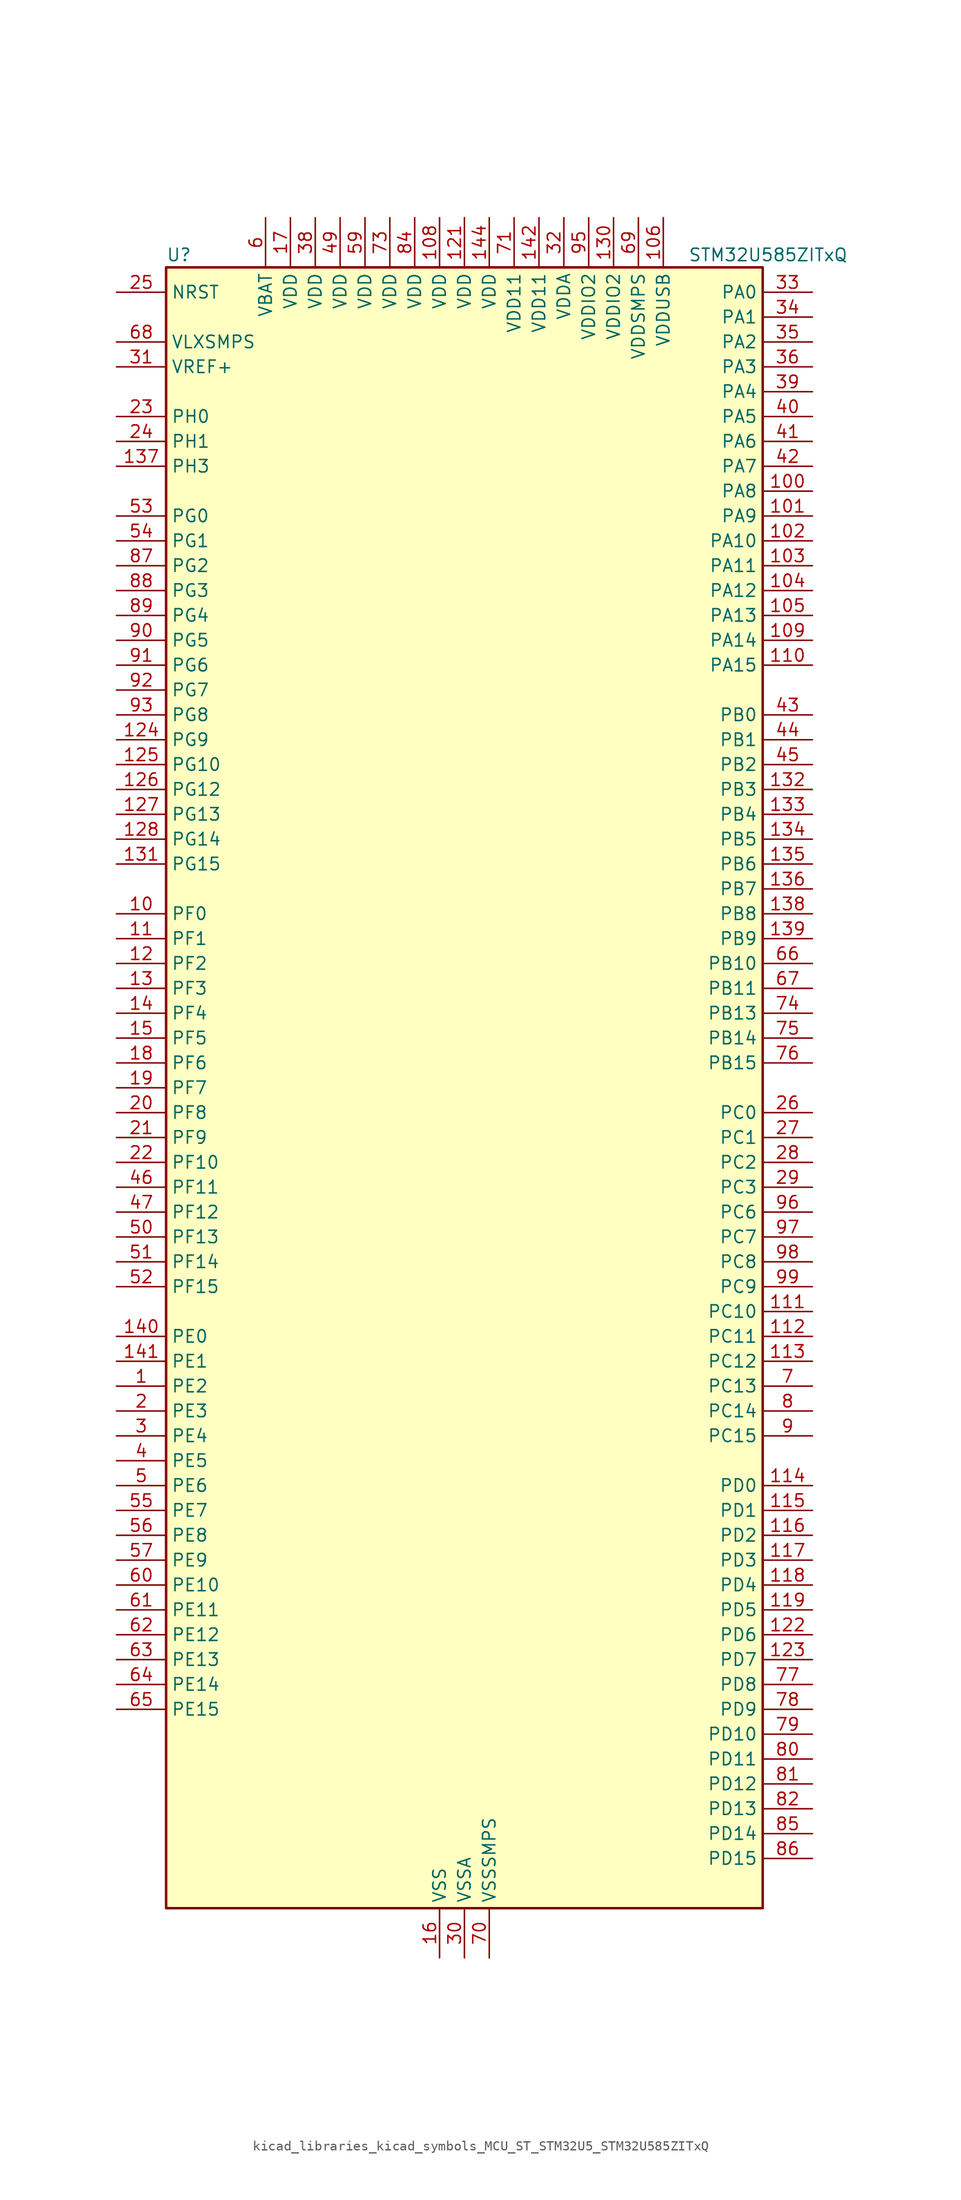
<source format=kicad_sym>
(kicad_symbol_lib
  (version 20220914)
  (generator kicad_symbol_editor)
  (symbol "kicad_libraries_kicad_symbols_MCU_ST_STM32U5_STM32U585ZITxQ"
    (property "Reference" "U"
      (at -30.48 85.09 0)
      (effects (font (size 1.27 1.27)) (justify left)))
    (property "Value" "STM32U585ZITxQ"
      (at 22.86 85.09 0)
      (effects (font (size 1.27 1.27)) (justify left)))
    (property "ki_locked" ""
      (at 0 0 0)
      (effects (font (size 1.27 1.27))))
    (symbol "kicad_libraries_kicad_symbols_MCU_ST_STM32U5_STM32U585ZITxQ_0_1"
      (rectangle (start -30.48 -83.82) (end 30.48 83.82) (stroke (width 0.254) (type default)) (fill (type background))))
    (symbol "kicad_libraries_kicad_symbols_MCU_ST_STM32U5_STM32U585ZITxQ_1_1"
      (pin bidirectional line (at -35.56 -30.48 0) (length 5.08) (name "PE2" (effects (font (size 1.27 1.27)))) (number "1" (effects (font (size 1.27 1.27)))) (alternate "DEBUG_TRACECLK" bidirectional line) (alternate "FMC_A23" bidirectional line) (alternate "SAI1_CK1" bidirectional line) (alternate "SAI1_MCLK_A" bidirectional line) (alternate "TIM3_ETR" bidirectional line) (alternate "TSC_G7_IO1" bidirectional line))
      (pin bidirectional line (at -35.56 17.78 0) (length 5.08) (name "PF0" (effects (font (size 1.27 1.27)))) (number "10" (effects (font (size 1.27 1.27)))) (alternate "FMC_A0" bidirectional line) (alternate "I2C2_SDA" bidirectional line) (alternate "OCTOSPIM_P2_IO0" bidirectional line))
      (pin bidirectional line (at 35.56 60.96 180) (length 5.08) (name "PA8" (effects (font (size 1.27 1.27)))) (number "100" (effects (font (size 1.27 1.27)))) (alternate "DEBUG_TRACECLK" bidirectional line) (alternate "LPTIM2_CH1" bidirectional line) (alternate "RCC_MCO" bidirectional line) (alternate "SAI1_CK2" bidirectional line) (alternate "SAI1_SCK_A" bidirectional line) (alternate "SPI1_RDY" bidirectional line) (alternate "TIM1_CH1" bidirectional line) (alternate "USART1_CK" bidirectional line) (alternate "USB_OTG_FS_SOF" bidirectional line))
      (pin bidirectional line (at 35.56 58.42 180) (length 5.08) (name "PA9" (effects (font (size 1.27 1.27)))) (number "101" (effects (font (size 1.27 1.27)))) (alternate "DAC1_EXTI9" bidirectional line) (alternate "DCMI_D0" bidirectional line) (alternate "PSSI_D0" bidirectional line) (alternate "SAI1_FS_A" bidirectional line) (alternate "SPI2_SCK" bidirectional line) (alternate "TIM15_BKIN" bidirectional line) (alternate "TIM1_CH2" bidirectional line) (alternate "USART1_TX" bidirectional line) (alternate "USB_OTG_FS_VBUS" bidirectional line))
      (pin bidirectional line (at 35.56 55.88 180) (length 5.08) (name "PA10" (effects (font (size 1.27 1.27)))) (number "102" (effects (font (size 1.27 1.27)))) (alternate "CRS_SYNC" bidirectional line) (alternate "DCMI_D1" bidirectional line) (alternate "LPTIM2_IN2" bidirectional line) (alternate "PSSI_D1" bidirectional line) (alternate "SAI1_D1" bidirectional line) (alternate "SAI1_SD_A" bidirectional line) (alternate "TIM17_BKIN" bidirectional line) (alternate "TIM1_CH3" bidirectional line) (alternate "USART1_RX" bidirectional line) (alternate "USB_OTG_FS_ID" bidirectional line))
      (pin bidirectional line (at 35.56 53.34 180) (length 5.08) (name "PA11" (effects (font (size 1.27 1.27)))) (number "103" (effects (font (size 1.27 1.27)))) (alternate "ADC1_EXTI11" bidirectional line) (alternate "FDCAN1_RX" bidirectional line) (alternate "SPI1_MISO" bidirectional line) (alternate "TIM1_BKIN2" bidirectional line) (alternate "TIM1_CH4" bidirectional line) (alternate "USART1_CTS" bidirectional line) (alternate "USB_OTG_FS_DM" bidirectional line))
      (pin bidirectional line (at 35.56 50.8 180) (length 5.08) (name "PA12" (effects (font (size 1.27 1.27)))) (number "104" (effects (font (size 1.27 1.27)))) (alternate "FDCAN1_TX" bidirectional line) (alternate "OCTOSPIM_P2_NCS" bidirectional line) (alternate "SPI1_MOSI" bidirectional line) (alternate "TIM1_ETR" bidirectional line) (alternate "USART1_DE" bidirectional line) (alternate "USART1_RTS" bidirectional line) (alternate "USB_OTG_FS_DP" bidirectional line))
      (pin bidirectional line (at 35.56 48.26 180) (length 5.08) (name "PA13" (effects (font (size 1.27 1.27)))) (number "105" (effects (font (size 1.27 1.27)))) (alternate "DEBUG_JTMS-SWDIO" bidirectional line) (alternate "IR_OUT" bidirectional line) (alternate "SAI1_SD_B" bidirectional line) (alternate "USB_OTG_FS_NOE" bidirectional line))
      (pin power_in line (at 20.32 88.9 270) (length 5.08) (name "VDDUSB" (effects (font (size 1.27 1.27)))) (number "106" (effects (font (size 1.27 1.27)))))
      (pin passive line (at -2.54 -88.9 90) (length 5.08) hide (name "VSS" (effects (font (size 1.27 1.27)))) (number "107" (effects (font (size 1.27 1.27)))))
      (pin power_in line (at -2.54 88.9 270) (length 5.08) (name "VDD" (effects (font (size 1.27 1.27)))) (number "108" (effects (font (size 1.27 1.27)))))
      (pin bidirectional line (at 35.56 45.72 180) (length 5.08) (name "PA14" (effects (font (size 1.27 1.27)))) (number "109" (effects (font (size 1.27 1.27)))) (alternate "DEBUG_JTCK-SWCLK" bidirectional line) (alternate "I2C1_SMBA" bidirectional line) (alternate "I2C4_SMBA" bidirectional line) (alternate "LPTIM1_CH1" bidirectional line) (alternate "SAI1_FS_B" bidirectional line) (alternate "USB_OTG_FS_SOF" bidirectional line))
      (pin bidirectional line (at -35.56 15.24 0) (length 5.08) (name "PF1" (effects (font (size 1.27 1.27)))) (number "11" (effects (font (size 1.27 1.27)))) (alternate "FMC_A1" bidirectional line) (alternate "I2C2_SCL" bidirectional line) (alternate "OCTOSPIM_P2_IO1" bidirectional line))
      (pin bidirectional line (at 35.56 43.18 180) (length 5.08) (name "PA15" (effects (font (size 1.27 1.27)))) (number "110" (effects (font (size 1.27 1.27)))) (alternate "ADC1_EXTI15" bidirectional line) (alternate "ADC4_EXTI15" bidirectional line) (alternate "DEBUG_JTDI" bidirectional line) (alternate "SAI2_FS_B" bidirectional line) (alternate "SPI1_NSS" bidirectional line) (alternate "SPI3_NSS" bidirectional line) (alternate "TIM2_CH1" bidirectional line) (alternate "TIM2_ETR" bidirectional line) (alternate "UART4_DE" bidirectional line) (alternate "UART4_RTS" bidirectional line) (alternate "UCPD1_CC1" bidirectional line) (alternate "USART2_RX" bidirectional line) (alternate "USART3_DE" bidirectional line) (alternate "USART3_RTS" bidirectional line))
      (pin bidirectional line (at 35.56 -22.86 180) (length 5.08) (name "PC10" (effects (font (size 1.27 1.27)))) (number "111" (effects (font (size 1.27 1.27)))) (alternate "ADF1_CCK1" bidirectional line) (alternate "DCMI_D8" bidirectional line) (alternate "DEBUG_TRACED1" bidirectional line) (alternate "LPTIM3_ETR" bidirectional line) (alternate "PSSI_D8" bidirectional line) (alternate "SAI2_SCK_B" bidirectional line) (alternate "SDMMC1_D2" bidirectional line) (alternate "SPI3_SCK" bidirectional line) (alternate "TSC_G3_IO2" bidirectional line) (alternate "UART4_TX" bidirectional line) (alternate "USART3_TX" bidirectional line))
      (pin bidirectional line (at 35.56 -25.4 180) (length 5.08) (name "PC11" (effects (font (size 1.27 1.27)))) (number "112" (effects (font (size 1.27 1.27)))) (alternate "ADC1_EXTI11" bidirectional line) (alternate "ADF1_SDI0" bidirectional line) (alternate "DCMI_D2" bidirectional line) (alternate "DCMI_D4" bidirectional line) (alternate "LPTIM3_IN1" bidirectional line) (alternate "OCTOSPIM_P1_NCS" bidirectional line) (alternate "PSSI_D2" bidirectional line) (alternate "PSSI_D4" bidirectional line) (alternate "SAI2_MCLK_B" bidirectional line) (alternate "SDMMC1_D3" bidirectional line) (alternate "SPI3_MISO" bidirectional line) (alternate "TSC_G3_IO3" bidirectional line) (alternate "UART4_RX" bidirectional line) (alternate "UCPD1_FRSTX2" bidirectional line) (alternate "USART3_RX" bidirectional line))
      (pin bidirectional line (at 35.56 -27.94 180) (length 5.08) (name "PC12" (effects (font (size 1.27 1.27)))) (number "113" (effects (font (size 1.27 1.27)))) (alternate "DCMI_D9" bidirectional line) (alternate "DEBUG_TRACED3" bidirectional line) (alternate "PSSI_D9" bidirectional line) (alternate "SAI2_SD_B" bidirectional line) (alternate "SDMMC1_CK" bidirectional line) (alternate "SPI3_MOSI" bidirectional line) (alternate "TSC_G3_IO4" bidirectional line) (alternate "UART5_TX" bidirectional line) (alternate "USART3_CK" bidirectional line))
      (pin bidirectional line (at 35.56 -40.64 180) (length 5.08) (name "PD0" (effects (font (size 1.27 1.27)))) (number "114" (effects (font (size 1.27 1.27)))) (alternate "FDCAN1_RX" bidirectional line) (alternate "FMC_D2" bidirectional line) (alternate "FMC_DA2" bidirectional line) (alternate "SPI2_NSS" bidirectional line) (alternate "TIM8_CH4N" bidirectional line))
      (pin bidirectional line (at 35.56 -43.18 180) (length 5.08) (name "PD1" (effects (font (size 1.27 1.27)))) (number "115" (effects (font (size 1.27 1.27)))) (alternate "FDCAN1_TX" bidirectional line) (alternate "FMC_D3" bidirectional line) (alternate "FMC_DA3" bidirectional line) (alternate "SPI2_SCK" bidirectional line))
      (pin bidirectional line (at 35.56 -45.72 180) (length 5.08) (name "PD2" (effects (font (size 1.27 1.27)))) (number "116" (effects (font (size 1.27 1.27)))) (alternate "DCMI_D11" bidirectional line) (alternate "DEBUG_TRACED2" bidirectional line) (alternate "LPTIM4_ETR" bidirectional line) (alternate "PSSI_D11" bidirectional line) (alternate "SDMMC1_CMD" bidirectional line) (alternate "TIM3_ETR" bidirectional line) (alternate "TSC_SYNC" bidirectional line) (alternate "UART5_RX" bidirectional line) (alternate "USART3_DE" bidirectional line) (alternate "USART3_RTS" bidirectional line))
      (pin bidirectional line (at 35.56 -48.26 180) (length 5.08) (name "PD3" (effects (font (size 1.27 1.27)))) (number "117" (effects (font (size 1.27 1.27)))) (alternate "DCMI_D5" bidirectional line) (alternate "FMC_CLK" bidirectional line) (alternate "MDF1_SDI0" bidirectional line) (alternate "OCTOSPIM_P2_NCS" bidirectional line) (alternate "PSSI_D5" bidirectional line) (alternate "SPI2_MISO" bidirectional line) (alternate "SPI2_SCK" bidirectional line) (alternate "USART2_CTS" bidirectional line))
      (pin bidirectional line (at 35.56 -50.8 180) (length 5.08) (name "PD4" (effects (font (size 1.27 1.27)))) (number "118" (effects (font (size 1.27 1.27)))) (alternate "FMC_NOE" bidirectional line) (alternate "MDF1_CKI0" bidirectional line) (alternate "OCTOSPIM_P1_IO4" bidirectional line) (alternate "SPI2_MOSI" bidirectional line) (alternate "USART2_DE" bidirectional line) (alternate "USART2_RTS" bidirectional line))
      (pin bidirectional line (at 35.56 -53.34 180) (length 5.08) (name "PD5" (effects (font (size 1.27 1.27)))) (number "119" (effects (font (size 1.27 1.27)))) (alternate "FMC_NWE" bidirectional line) (alternate "OCTOSPIM_P1_IO5" bidirectional line) (alternate "SPI2_RDY" bidirectional line) (alternate "USART2_TX" bidirectional line))
      (pin bidirectional line (at -35.56 12.7 0) (length 5.08) (name "PF2" (effects (font (size 1.27 1.27)))) (number "12" (effects (font (size 1.27 1.27)))) (alternate "FMC_A2" bidirectional line) (alternate "I2C2_SMBA" bidirectional line) (alternate "LPTIM3_CH2" bidirectional line) (alternate "OCTOSPIM_P2_IO2" bidirectional line) (alternate "PWR_WKUP8" bidirectional line))
      (pin passive line (at -2.54 -88.9 90) (length 5.08) hide (name "VSS" (effects (font (size 1.27 1.27)))) (number "120" (effects (font (size 1.27 1.27)))))
      (pin power_in line (at 0 88.9 270) (length 5.08) (name "VDD" (effects (font (size 1.27 1.27)))) (number "121" (effects (font (size 1.27 1.27)))))
      (pin bidirectional line (at 35.56 -55.88 180) (length 5.08) (name "PD6" (effects (font (size 1.27 1.27)))) (number "122" (effects (font (size 1.27 1.27)))) (alternate "DCMI_D10" bidirectional line) (alternate "FMC_NWAIT" bidirectional line) (alternate "MDF1_SDI1" bidirectional line) (alternate "OCTOSPIM_P1_IO6" bidirectional line) (alternate "PSSI_D10" bidirectional line) (alternate "SAI1_D1" bidirectional line) (alternate "SAI1_SD_A" bidirectional line) (alternate "SDMMC2_CK" bidirectional line) (alternate "SPI3_MOSI" bidirectional line) (alternate "USART2_RX" bidirectional line))
      (pin bidirectional line (at 35.56 -58.42 180) (length 5.08) (name "PD7" (effects (font (size 1.27 1.27)))) (number "123" (effects (font (size 1.27 1.27)))) (alternate "FMC_NCE" bidirectional line) (alternate "FMC_NE1" bidirectional line) (alternate "LPTIM4_OUT" bidirectional line) (alternate "MDF1_CKI1" bidirectional line) (alternate "OCTOSPIM_P1_IO7" bidirectional line) (alternate "SDMMC2_CMD" bidirectional line) (alternate "USART2_CK" bidirectional line))
      (pin bidirectional line (at -35.56 35.56 0) (length 5.08) (name "PG9" (effects (font (size 1.27 1.27)))) (number "124" (effects (font (size 1.27 1.27)))) (alternate "DAC1_EXTI9" bidirectional line) (alternate "FMC_NCE" bidirectional line) (alternate "FMC_NE2" bidirectional line) (alternate "OCTOSPIM_P2_IO6" bidirectional line) (alternate "SAI2_SCK_A" bidirectional line) (alternate "SPI3_SCK" bidirectional line) (alternate "TIM15_CH1N" bidirectional line) (alternate "USART1_TX" bidirectional line))
      (pin bidirectional line (at -35.56 33.02 0) (length 5.08) (name "PG10" (effects (font (size 1.27 1.27)))) (number "125" (effects (font (size 1.27 1.27)))) (alternate "FMC_NE3" bidirectional line) (alternate "LPTIM1_IN1" bidirectional line) (alternate "OCTOSPIM_P2_IO7" bidirectional line) (alternate "SAI2_FS_A" bidirectional line) (alternate "SPI3_MISO" bidirectional line) (alternate "TIM15_CH1" bidirectional line) (alternate "USART1_RX" bidirectional line))
      (pin bidirectional line (at -35.56 30.48 0) (length 5.08) (name "PG12" (effects (font (size 1.27 1.27)))) (number "126" (effects (font (size 1.27 1.27)))) (alternate "FMC_NE4" bidirectional line) (alternate "LPTIM1_ETR" bidirectional line) (alternate "OCTOSPIM_P2_NCS" bidirectional line) (alternate "SAI2_SD_A" bidirectional line) (alternate "SPI3_NSS" bidirectional line) (alternate "USART1_DE" bidirectional line) (alternate "USART1_RTS" bidirectional line))
      (pin bidirectional line (at -35.56 27.94 0) (length 5.08) (name "PG13" (effects (font (size 1.27 1.27)))) (number "127" (effects (font (size 1.27 1.27)))) (alternate "FMC_A24" bidirectional line) (alternate "I2C1_SDA" bidirectional line) (alternate "SPI3_RDY" bidirectional line) (alternate "USART1_CK" bidirectional line))
      (pin bidirectional line (at -35.56 25.4 0) (length 5.08) (name "PG14" (effects (font (size 1.27 1.27)))) (number "128" (effects (font (size 1.27 1.27)))) (alternate "FMC_A25" bidirectional line) (alternate "I2C1_SCL" bidirectional line) (alternate "LPTIM1_CH2" bidirectional line))
      (pin passive line (at -2.54 -88.9 90) (length 5.08) hide (name "VSS" (effects (font (size 1.27 1.27)))) (number "129" (effects (font (size 1.27 1.27)))))
      (pin bidirectional line (at -35.56 10.16 0) (length 5.08) (name "PF3" (effects (font (size 1.27 1.27)))) (number "13" (effects (font (size 1.27 1.27)))) (alternate "FMC_A3" bidirectional line) (alternate "LPTIM3_IN1" bidirectional line) (alternate "OCTOSPIM_P2_IO3" bidirectional line))
      (pin power_in line (at 15.24 88.9 270) (length 5.08) (name "VDDIO2" (effects (font (size 1.27 1.27)))) (number "130" (effects (font (size 1.27 1.27)))))
      (pin bidirectional line (at -35.56 22.86 0) (length 5.08) (name "PG15" (effects (font (size 1.27 1.27)))) (number "131" (effects (font (size 1.27 1.27)))) (alternate "ADC1_EXTI15" bidirectional line) (alternate "ADC4_EXTI15" bidirectional line) (alternate "DCMI_D13" bidirectional line) (alternate "I2C1_SMBA" bidirectional line) (alternate "LPTIM1_CH1" bidirectional line) (alternate "OCTOSPIM_P2_DQS" bidirectional line) (alternate "PSSI_D13" bidirectional line))
      (pin bidirectional line (at 35.56 30.48 180) (length 5.08) (name "PB3" (effects (font (size 1.27 1.27)))) (number "132" (effects (font (size 1.27 1.27)))) (alternate "ADF1_CCK0" bidirectional line) (alternate "COMP2_INM" bidirectional line) (alternate "CRS_SYNC" bidirectional line) (alternate "DEBUG_JTDO-SWO" bidirectional line) (alternate "I2C1_SDA" bidirectional line) (alternate "LPTIM1_CH1" bidirectional line) (alternate "SAI1_SCK_B" bidirectional line) (alternate "SDMMC2_D2" bidirectional line) (alternate "SPI1_SCK" bidirectional line) (alternate "SPI3_SCK" bidirectional line) (alternate "TIM2_CH2" bidirectional line) (alternate "USART1_DE" bidirectional line) (alternate "USART1_RTS" bidirectional line))
      (pin bidirectional line (at 35.56 27.94 180) (length 5.08) (name "PB4" (effects (font (size 1.27 1.27)))) (number "133" (effects (font (size 1.27 1.27)))) (alternate "ADF1_SDI0" bidirectional line) (alternate "COMP2_INP" bidirectional line) (alternate "DCMI_D12" bidirectional line) (alternate "DEBUG_JTRST" bidirectional line) (alternate "I2C3_SDA" bidirectional line) (alternate "LPTIM1_CH2" bidirectional line) (alternate "PSSI_D12" bidirectional line) (alternate "SAI1_MCLK_B" bidirectional line) (alternate "SDMMC2_D3" bidirectional line) (alternate "SPI1_MISO" bidirectional line) (alternate "SPI3_MISO" bidirectional line) (alternate "TIM17_BKIN" bidirectional line) (alternate "TIM3_CH1" bidirectional line) (alternate "TSC_G2_IO1" bidirectional line) (alternate "UART5_DE" bidirectional line) (alternate "UART5_RTS" bidirectional line) (alternate "USART1_CTS" bidirectional line))
      (pin bidirectional line (at 35.56 25.4 180) (length 5.08) (name "PB5" (effects (font (size 1.27 1.27)))) (number "134" (effects (font (size 1.27 1.27)))) (alternate "COMP2_OUT" bidirectional line) (alternate "DCMI_D10" bidirectional line) (alternate "I2C1_SMBA" bidirectional line) (alternate "LPTIM1_IN1" bidirectional line) (alternate "OCTOSPIM_P1_NCLK" bidirectional line) (alternate "PSSI_D10" bidirectional line) (alternate "PWR_WKUP6" bidirectional line) (alternate "SAI1_SD_B" bidirectional line) (alternate "SPI1_MOSI" bidirectional line) (alternate "SPI3_MOSI" bidirectional line) (alternate "TIM16_BKIN" bidirectional line) (alternate "TIM3_CH2" bidirectional line) (alternate "TSC_G2_IO2" bidirectional line) (alternate "UART5_CTS" bidirectional line) (alternate "UCPD1_DBCC1" bidirectional line) (alternate "USART1_CK" bidirectional line))
      (pin bidirectional line (at 35.56 22.86 180) (length 5.08) (name "PB6" (effects (font (size 1.27 1.27)))) (number "135" (effects (font (size 1.27 1.27)))) (alternate "COMP2_INP" bidirectional line) (alternate "DCMI_D5" bidirectional line) (alternate "I2C1_SCL" bidirectional line) (alternate "I2C4_SCL" bidirectional line) (alternate "LPTIM1_ETR" bidirectional line) (alternate "MDF1_SDI5" bidirectional line) (alternate "PSSI_D5" bidirectional line) (alternate "PWR_WKUP3" bidirectional line) (alternate "SAI1_FS_B" bidirectional line) (alternate "TIM16_CH1N" bidirectional line) (alternate "TIM4_CH1" bidirectional line) (alternate "TIM8_BKIN2" bidirectional line) (alternate "TSC_G2_IO3" bidirectional line) (alternate "USART1_TX" bidirectional line))
      (pin bidirectional line (at 35.56 20.32 180) (length 5.08) (name "PB7" (effects (font (size 1.27 1.27)))) (number "136" (effects (font (size 1.27 1.27)))) (alternate "COMP2_INM" bidirectional line) (alternate "DCMI_VSYNC" bidirectional line) (alternate "FMC_NL" bidirectional line) (alternate "I2C1_SDA" bidirectional line) (alternate "I2C4_SDA" bidirectional line) (alternate "LPTIM1_IN2" bidirectional line) (alternate "MDF1_CKI5" bidirectional line) (alternate "PSSI_RDY" bidirectional line) (alternate "PWR_PVD_IN" bidirectional line) (alternate "PWR_WKUP4" bidirectional line) (alternate "TIM17_CH1N" bidirectional line) (alternate "TIM4_CH2" bidirectional line) (alternate "TIM8_BKIN" bidirectional line) (alternate "TSC_G2_IO4" bidirectional line) (alternate "UART4_CTS" bidirectional line) (alternate "USART1_RX" bidirectional line))
      (pin bidirectional line (at -35.56 63.5 0) (length 5.08) (name "PH3" (effects (font (size 1.27 1.27)))) (number "137" (effects (font (size 1.27 1.27)))))
      (pin bidirectional line (at 35.56 17.78 180) (length 5.08) (name "PB8" (effects (font (size 1.27 1.27)))) (number "138" (effects (font (size 1.27 1.27)))) (alternate "DCMI_D6" bidirectional line) (alternate "FDCAN1_RX" bidirectional line) (alternate "I2C1_SCL" bidirectional line) (alternate "MDF1_CCK0" bidirectional line) (alternate "PSSI_D6" bidirectional line) (alternate "PWR_WKUP5" bidirectional line) (alternate "SAI1_CK1" bidirectional line) (alternate "SAI1_MCLK_A" bidirectional line) (alternate "SDMMC1_CKIN" bidirectional line) (alternate "SDMMC1_D4" bidirectional line) (alternate "SDMMC2_D4" bidirectional line) (alternate "SPI3_RDY" bidirectional line) (alternate "TIM16_CH1" bidirectional line) (alternate "TIM4_CH3" bidirectional line))
      (pin bidirectional line (at 35.56 15.24 180) (length 5.08) (name "PB9" (effects (font (size 1.27 1.27)))) (number "139" (effects (font (size 1.27 1.27)))) (alternate "DAC1_EXTI9" bidirectional line) (alternate "DCMI_D7" bidirectional line) (alternate "FDCAN1_TX" bidirectional line) (alternate "I2C1_SDA" bidirectional line) (alternate "IR_OUT" bidirectional line) (alternate "PSSI_D7" bidirectional line) (alternate "SAI1_D2" bidirectional line) (alternate "SAI1_FS_A" bidirectional line) (alternate "SDMMC1_CDIR" bidirectional line) (alternate "SDMMC1_D5" bidirectional line) (alternate "SDMMC2_D5" bidirectional line) (alternate "SPI2_NSS" bidirectional line) (alternate "TIM17_CH1" bidirectional line) (alternate "TIM4_CH4" bidirectional line))
      (pin bidirectional line (at -35.56 7.62 0) (length 5.08) (name "PF4" (effects (font (size 1.27 1.27)))) (number "14" (effects (font (size 1.27 1.27)))) (alternate "FMC_A4" bidirectional line) (alternate "LPTIM3_ETR" bidirectional line) (alternate "OCTOSPIM_P2_CLK" bidirectional line))
      (pin bidirectional line (at -35.56 -25.4 0) (length 5.08) (name "PE0" (effects (font (size 1.27 1.27)))) (number "140" (effects (font (size 1.27 1.27)))) (alternate "DCMI_D2" bidirectional line) (alternate "FMC_NBL0" bidirectional line) (alternate "PSSI_D2" bidirectional line) (alternate "TIM16_CH1" bidirectional line) (alternate "TIM4_ETR" bidirectional line))
      (pin bidirectional line (at -35.56 -27.94 0) (length 5.08) (name "PE1" (effects (font (size 1.27 1.27)))) (number "141" (effects (font (size 1.27 1.27)))) (alternate "DCMI_D3" bidirectional line) (alternate "FMC_NBL1" bidirectional line) (alternate "PSSI_D3" bidirectional line) (alternate "TIM17_CH1" bidirectional line))
      (pin power_in line (at 7.62 88.9 270) (length 5.08) (name "VDD11" (effects (font (size 1.27 1.27)))) (number "142" (effects (font (size 1.27 1.27)))))
      (pin passive line (at -2.54 -88.9 90) (length 5.08) hide (name "VSS" (effects (font (size 1.27 1.27)))) (number "143" (effects (font (size 1.27 1.27)))))
      (pin power_in line (at 2.54 88.9 270) (length 5.08) (name "VDD" (effects (font (size 1.27 1.27)))) (number "144" (effects (font (size 1.27 1.27)))))
      (pin bidirectional line (at -35.56 5.08 0) (length 5.08) (name "PF5" (effects (font (size 1.27 1.27)))) (number "15" (effects (font (size 1.27 1.27)))) (alternate "FMC_A5" bidirectional line) (alternate "LPTIM3_CH1" bidirectional line) (alternate "OCTOSPIM_P2_NCLK" bidirectional line))
      (pin power_in line (at -2.54 -88.9 90) (length 5.08) (name "VSS" (effects (font (size 1.27 1.27)))) (number "16" (effects (font (size 1.27 1.27)))))
      (pin power_in line (at -17.78 88.9 270) (length 5.08) (name "VDD" (effects (font (size 1.27 1.27)))) (number "17" (effects (font (size 1.27 1.27)))))
      (pin bidirectional line (at -35.56 2.54 0) (length 5.08) (name "PF6" (effects (font (size 1.27 1.27)))) (number "18" (effects (font (size 1.27 1.27)))) (alternate "DCMI_D12" bidirectional line) (alternate "OCTOSPIM_P1_IO3" bidirectional line) (alternate "OCTOSPIM_P2_NCS" bidirectional line) (alternate "PSSI_D12" bidirectional line) (alternate "SAI1_SD_B" bidirectional line) (alternate "TIM5_CH1" bidirectional line) (alternate "TIM5_ETR" bidirectional line))
      (pin bidirectional line (at -35.56 0 0) (length 5.08) (name "PF7" (effects (font (size 1.27 1.27)))) (number "19" (effects (font (size 1.27 1.27)))) (alternate "FDCAN1_RX" bidirectional line) (alternate "OCTOSPIM_P1_IO2" bidirectional line) (alternate "SAI1_MCLK_B" bidirectional line) (alternate "TIM5_CH2" bidirectional line))
      (pin bidirectional line (at -35.56 -33.02 0) (length 5.08) (name "PE3" (effects (font (size 1.27 1.27)))) (number "2" (effects (font (size 1.27 1.27)))) (alternate "DEBUG_TRACED0" bidirectional line) (alternate "FMC_A19" bidirectional line) (alternate "OCTOSPIM_P1_DQS" bidirectional line) (alternate "SAI1_SD_B" bidirectional line) (alternate "TAMP_IN6" bidirectional line) (alternate "TAMP_OUT3" bidirectional line) (alternate "TIM3_CH1" bidirectional line) (alternate "TSC_G7_IO2" bidirectional line))
      (pin bidirectional line (at -35.56 -2.54 0) (length 5.08) (name "PF8" (effects (font (size 1.27 1.27)))) (number "20" (effects (font (size 1.27 1.27)))) (alternate "FDCAN1_TX" bidirectional line) (alternate "OCTOSPIM_P1_IO0" bidirectional line) (alternate "PSSI_D14" bidirectional line) (alternate "SAI1_SCK_B" bidirectional line) (alternate "TIM5_CH3" bidirectional line))
      (pin bidirectional line (at -35.56 -5.08 0) (length 5.08) (name "PF9" (effects (font (size 1.27 1.27)))) (number "21" (effects (font (size 1.27 1.27)))) (alternate "DAC1_EXTI9" bidirectional line) (alternate "OCTOSPIM_P1_IO1" bidirectional line) (alternate "PSSI_D15" bidirectional line) (alternate "SAI1_FS_B" bidirectional line) (alternate "TIM15_CH1" bidirectional line) (alternate "TIM5_CH4" bidirectional line))
      (pin bidirectional line (at -35.56 -7.62 0) (length 5.08) (name "PF10" (effects (font (size 1.27 1.27)))) (number "22" (effects (font (size 1.27 1.27)))) (alternate "DCMI_D11" bidirectional line) (alternate "MDF1_CCK1" bidirectional line) (alternate "OCTOSPIM_P1_CLK" bidirectional line) (alternate "PSSI_D11" bidirectional line) (alternate "PSSI_D15" bidirectional line) (alternate "SAI1_D3" bidirectional line) (alternate "TIM15_CH2" bidirectional line))
      (pin bidirectional line (at -35.56 68.58 0) (length 5.08) (name "PH0" (effects (font (size 1.27 1.27)))) (number "23" (effects (font (size 1.27 1.27)))) (alternate "RCC_OSC_IN" bidirectional line))
      (pin bidirectional line (at -35.56 66.04 0) (length 5.08) (name "PH1" (effects (font (size 1.27 1.27)))) (number "24" (effects (font (size 1.27 1.27)))) (alternate "RCC_OSC_OUT" bidirectional line))
      (pin input line (at -35.56 81.28 0) (length 5.08) (name "NRST" (effects (font (size 1.27 1.27)))) (number "25" (effects (font (size 1.27 1.27)))))
      (pin bidirectional line (at 35.56 -2.54 180) (length 5.08) (name "PC0" (effects (font (size 1.27 1.27)))) (number "26" (effects (font (size 1.27 1.27)))) (alternate "ADC1_IN1" bidirectional line) (alternate "ADC4_IN1" bidirectional line) (alternate "I2C3_SCL" bidirectional line) (alternate "LPTIM1_IN1" bidirectional line) (alternate "LPTIM2_IN1" bidirectional line) (alternate "LPUART1_RX" bidirectional line) (alternate "MDF1_SDI4" bidirectional line) (alternate "OCTOSPIM_P1_IO7" bidirectional line) (alternate "SAI2_FS_A" bidirectional line) (alternate "SDMMC1_D5" bidirectional line) (alternate "SPI2_RDY" bidirectional line))
      (pin bidirectional line (at 35.56 -5.08 180) (length 5.08) (name "PC1" (effects (font (size 1.27 1.27)))) (number "27" (effects (font (size 1.27 1.27)))) (alternate "ADC1_IN2" bidirectional line) (alternate "ADC4_IN2" bidirectional line) (alternate "DEBUG_TRACED0" bidirectional line) (alternate "I2C3_SDA" bidirectional line) (alternate "LPTIM1_CH1" bidirectional line) (alternate "LPUART1_TX" bidirectional line) (alternate "MDF1_CKI4" bidirectional line) (alternate "OCTOSPIM_P1_IO4" bidirectional line) (alternate "SAI1_SD_A" bidirectional line) (alternate "SDMMC2_CK" bidirectional line) (alternate "SPI2_MOSI" bidirectional line))
      (pin bidirectional line (at 35.56 -7.62 180) (length 5.08) (name "PC2" (effects (font (size 1.27 1.27)))) (number "28" (effects (font (size 1.27 1.27)))) (alternate "ADC1_IN3" bidirectional line) (alternate "ADC4_IN3" bidirectional line) (alternate "LPTIM1_IN2" bidirectional line) (alternate "MDF1_CCK1" bidirectional line) (alternate "OCTOSPIM_P1_IO5" bidirectional line) (alternate "SPI2_MISO" bidirectional line))
      (pin bidirectional line (at 35.56 -10.16 180) (length 5.08) (name "PC3" (effects (font (size 1.27 1.27)))) (number "29" (effects (font (size 1.27 1.27)))) (alternate "ADC1_IN4" bidirectional line) (alternate "ADC4_IN4" bidirectional line) (alternate "LPTIM1_ETR" bidirectional line) (alternate "LPTIM2_ETR" bidirectional line) (alternate "LPTIM3_CH1" bidirectional line) (alternate "OCTOSPIM_P1_IO6" bidirectional line) (alternate "SAI1_D1" bidirectional line) (alternate "SAI1_SD_A" bidirectional line) (alternate "SPI2_MOSI" bidirectional line))
      (pin bidirectional line (at -35.56 -35.56 0) (length 5.08) (name "PE4" (effects (font (size 1.27 1.27)))) (number "3" (effects (font (size 1.27 1.27)))) (alternate "DCMI_D4" bidirectional line) (alternate "DEBUG_TRACED1" bidirectional line) (alternate "FMC_A20" bidirectional line) (alternate "MDF1_SDI3" bidirectional line) (alternate "PSSI_D4" bidirectional line) (alternate "PWR_WKUP1" bidirectional line) (alternate "SAI1_D2" bidirectional line) (alternate "SAI1_FS_A" bidirectional line) (alternate "TAMP_IN7" bidirectional line) (alternate "TAMP_OUT8" bidirectional line) (alternate "TIM3_CH2" bidirectional line) (alternate "TSC_G7_IO3" bidirectional line))
      (pin power_in line (at 0 -88.9 90) (length 5.08) (name "VSSA" (effects (font (size 1.27 1.27)))) (number "30" (effects (font (size 1.27 1.27)))))
      (pin input line (at -35.56 73.66 0) (length 5.08) (name "VREF+" (effects (font (size 1.27 1.27)))) (number "31" (effects (font (size 1.27 1.27)))) (alternate "VREFBUF_OUT" bidirectional line))
      (pin power_in line (at 10.16 88.9 270) (length 5.08) (name "VDDA" (effects (font (size 1.27 1.27)))) (number "32" (effects (font (size 1.27 1.27)))))
      (pin bidirectional line (at 35.56 81.28 180) (length 5.08) (name "PA0" (effects (font (size 1.27 1.27)))) (number "33" (effects (font (size 1.27 1.27)))) (alternate "ADC1_IN5" bidirectional line) (alternate "AUDIOCLK" bidirectional line) (alternate "OCTOSPIM_P2_NCS" bidirectional line) (alternate "OPAMP1_VINP" bidirectional line) (alternate "PWR_WKUP1" bidirectional line) (alternate "SDMMC2_CMD" bidirectional line) (alternate "SPI3_RDY" bidirectional line) (alternate "TAMP_IN2" bidirectional line) (alternate "TAMP_OUT1" bidirectional line) (alternate "TIM2_CH1" bidirectional line) (alternate "TIM2_ETR" bidirectional line) (alternate "TIM5_CH1" bidirectional line) (alternate "TIM8_ETR" bidirectional line) (alternate "UART4_TX" bidirectional line) (alternate "USART2_CTS" bidirectional line))
      (pin bidirectional line (at 35.56 78.74 180) (length 5.08) (name "PA1" (effects (font (size 1.27 1.27)))) (number "34" (effects (font (size 1.27 1.27)))) (alternate "ADC1_IN6" bidirectional line) (alternate "I2C1_SMBA" bidirectional line) (alternate "LPTIM1_CH2" bidirectional line) (alternate "OCTOSPIM_P1_DQS" bidirectional line) (alternate "OPAMP1_VINM" bidirectional line) (alternate "PWR_WKUP3" bidirectional line) (alternate "SPI1_SCK" bidirectional line) (alternate "TAMP_IN5" bidirectional line) (alternate "TAMP_OUT4" bidirectional line) (alternate "TIM15_CH1N" bidirectional line) (alternate "TIM2_CH2" bidirectional line) (alternate "TIM5_CH2" bidirectional line) (alternate "UART4_RX" bidirectional line) (alternate "USART2_DE" bidirectional line) (alternate "USART2_RTS" bidirectional line))
      (pin bidirectional line (at 35.56 76.2 180) (length 5.08) (name "PA2" (effects (font (size 1.27 1.27)))) (number "35" (effects (font (size 1.27 1.27)))) (alternate "ADC1_IN7" bidirectional line) (alternate "COMP1_INP" bidirectional line) (alternate "LPUART1_TX" bidirectional line) (alternate "OCTOSPIM_P1_NCS" bidirectional line) (alternate "PWR_WKUP4" bidirectional line) (alternate "RCC_LSCO" bidirectional line) (alternate "SPI1_RDY" bidirectional line) (alternate "TIM15_CH1" bidirectional line) (alternate "TIM2_CH3" bidirectional line) (alternate "TIM5_CH3" bidirectional line) (alternate "UCPD1_FRSTX1" bidirectional line) (alternate "USART2_TX" bidirectional line))
      (pin bidirectional line (at 35.56 73.66 180) (length 5.08) (name "PA3" (effects (font (size 1.27 1.27)))) (number "36" (effects (font (size 1.27 1.27)))) (alternate "ADC1_IN8" bidirectional line) (alternate "LPUART1_RX" bidirectional line) (alternate "OCTOSPIM_P1_CLK" bidirectional line) (alternate "OPAMP1_VOUT" bidirectional line) (alternate "PWR_WKUP5" bidirectional line) (alternate "SAI1_CK1" bidirectional line) (alternate "SAI1_MCLK_A" bidirectional line) (alternate "TIM15_CH2" bidirectional line) (alternate "TIM2_CH4" bidirectional line) (alternate "TIM5_CH4" bidirectional line) (alternate "USART2_RX" bidirectional line))
      (pin passive line (at -2.54 -88.9 90) (length 5.08) hide (name "VSS" (effects (font (size 1.27 1.27)))) (number "37" (effects (font (size 1.27 1.27)))))
      (pin power_in line (at -15.24 88.9 270) (length 5.08) (name "VDD" (effects (font (size 1.27 1.27)))) (number "38" (effects (font (size 1.27 1.27)))))
      (pin bidirectional line (at 35.56 71.12 180) (length 5.08) (name "PA4" (effects (font (size 1.27 1.27)))) (number "39" (effects (font (size 1.27 1.27)))) (alternate "ADC1_IN9" bidirectional line) (alternate "ADC4_IN9" bidirectional line) (alternate "DAC1_OUT1" bidirectional line) (alternate "DCMI_HSYNC" bidirectional line) (alternate "LPTIM2_CH1" bidirectional line) (alternate "OCTOSPIM_P1_NCS" bidirectional line) (alternate "PSSI_DE" bidirectional line) (alternate "PWR_WKUP2" bidirectional line) (alternate "SAI1_FS_B" bidirectional line) (alternate "SPI1_NSS" bidirectional line) (alternate "SPI3_NSS" bidirectional line) (alternate "USART2_CK" bidirectional line))
      (pin bidirectional line (at -35.56 -38.1 0) (length 5.08) (name "PE5" (effects (font (size 1.27 1.27)))) (number "4" (effects (font (size 1.27 1.27)))) (alternate "DCMI_D6" bidirectional line) (alternate "DEBUG_TRACED2" bidirectional line) (alternate "FMC_A21" bidirectional line) (alternate "MDF1_CKI3" bidirectional line) (alternate "PSSI_D6" bidirectional line) (alternate "PWR_WKUP2" bidirectional line) (alternate "SAI1_CK2" bidirectional line) (alternate "SAI1_SCK_A" bidirectional line) (alternate "TAMP_IN8" bidirectional line) (alternate "TAMP_OUT7" bidirectional line) (alternate "TIM3_CH3" bidirectional line) (alternate "TSC_G7_IO4" bidirectional line))
      (pin bidirectional line (at 35.56 68.58 180) (length 5.08) (name "PA5" (effects (font (size 1.27 1.27)))) (number "40" (effects (font (size 1.27 1.27)))) (alternate "ADC1_IN10" bidirectional line) (alternate "ADC4_IN10" bidirectional line) (alternate "DAC1_OUT2" bidirectional line) (alternate "LPTIM2_ETR" bidirectional line) (alternate "PSSI_D14" bidirectional line) (alternate "PWR_CSLEEP" bidirectional line) (alternate "PWR_WKUP6" bidirectional line) (alternate "SPI1_SCK" bidirectional line) (alternate "TIM2_CH1" bidirectional line) (alternate "TIM2_ETR" bidirectional line) (alternate "TIM8_CH1N" bidirectional line) (alternate "USART3_RX" bidirectional line))
      (pin bidirectional line (at 35.56 66.04 180) (length 5.08) (name "PA6" (effects (font (size 1.27 1.27)))) (number "41" (effects (font (size 1.27 1.27)))) (alternate "ADC1_IN11" bidirectional line) (alternate "ADC4_IN11" bidirectional line) (alternate "DCMI_PIXCLK" bidirectional line) (alternate "LPUART1_CTS" bidirectional line) (alternate "OCTOSPIM_P1_IO3" bidirectional line) (alternate "OPAMP2_VINP" bidirectional line) (alternate "PSSI_PDCK" bidirectional line) (alternate "PWR_CDSTOP" bidirectional line) (alternate "PWR_WKUP7" bidirectional line) (alternate "SPI1_MISO" bidirectional line) (alternate "TIM16_CH1" bidirectional line) (alternate "TIM1_BKIN" bidirectional line) (alternate "TIM3_CH1" bidirectional line) (alternate "TIM8_BKIN" bidirectional line) (alternate "USART3_CTS" bidirectional line))
      (pin bidirectional line (at 35.56 63.5 180) (length 5.08) (name "PA7" (effects (font (size 1.27 1.27)))) (number "42" (effects (font (size 1.27 1.27)))) (alternate "ADC1_IN12" bidirectional line) (alternate "ADC4_IN20" bidirectional line) (alternate "I2C3_SCL" bidirectional line) (alternate "LPTIM2_CH2" bidirectional line) (alternate "OCTOSPIM_P1_IO2" bidirectional line) (alternate "OPAMP2_VINM" bidirectional line) (alternate "PWR_SRDSTOP" bidirectional line) (alternate "PWR_WKUP8" bidirectional line) (alternate "SPI1_MOSI" bidirectional line) (alternate "TIM17_CH1" bidirectional line) (alternate "TIM1_CH1N" bidirectional line) (alternate "TIM3_CH2" bidirectional line) (alternate "TIM8_CH1N" bidirectional line) (alternate "USART3_TX" bidirectional line))
      (pin bidirectional line (at 35.56 38.1 180) (length 5.08) (name "PB0" (effects (font (size 1.27 1.27)))) (number "43" (effects (font (size 1.27 1.27)))) (alternate "ADC1_IN15" bidirectional line) (alternate "ADC4_IN18" bidirectional line) (alternate "AUDIOCLK" bidirectional line) (alternate "COMP1_OUT" bidirectional line) (alternate "LPTIM3_CH1" bidirectional line) (alternate "OCTOSPIM_P1_IO1" bidirectional line) (alternate "OPAMP2_VOUT" bidirectional line) (alternate "SPI1_NSS" bidirectional line) (alternate "TIM1_CH2N" bidirectional line) (alternate "TIM3_CH3" bidirectional line) (alternate "TIM8_CH2N" bidirectional line) (alternate "USART3_CK" bidirectional line))
      (pin bidirectional line (at 35.56 35.56 180) (length 5.08) (name "PB1" (effects (font (size 1.27 1.27)))) (number "44" (effects (font (size 1.27 1.27)))) (alternate "ADC1_IN16" bidirectional line) (alternate "ADC4_IN19" bidirectional line) (alternate "COMP1_INM" bidirectional line) (alternate "LPTIM2_IN1" bidirectional line) (alternate "LPTIM3_CH2" bidirectional line) (alternate "LPUART1_DE" bidirectional line) (alternate "LPUART1_RTS" bidirectional line) (alternate "MDF1_SDI0" bidirectional line) (alternate "OCTOSPIM_P1_IO0" bidirectional line) (alternate "PWR_WKUP4" bidirectional line) (alternate "TIM1_CH3N" bidirectional line) (alternate "TIM3_CH4" bidirectional line) (alternate "TIM8_CH3N" bidirectional line) (alternate "USART3_DE" bidirectional line) (alternate "USART3_RTS" bidirectional line))
      (pin bidirectional line (at 35.56 33.02 180) (length 5.08) (name "PB2" (effects (font (size 1.27 1.27)))) (number "45" (effects (font (size 1.27 1.27)))) (alternate "ADC1_IN17" bidirectional line) (alternate "COMP1_INP" bidirectional line) (alternate "I2C3_SMBA" bidirectional line) (alternate "LPTIM1_CH1" bidirectional line) (alternate "MDF1_CKI0" bidirectional line) (alternate "OCTOSPIM_P1_DQS" bidirectional line) (alternate "PWR_WKUP1" bidirectional line) (alternate "RTC_OUT2" bidirectional line) (alternate "SPI1_RDY" bidirectional line) (alternate "TIM8_CH4N" bidirectional line) (alternate "UCPD1_FRSTX1" bidirectional line))
      (pin bidirectional line (at -35.56 -10.16 0) (length 5.08) (name "PF11" (effects (font (size 1.27 1.27)))) (number "46" (effects (font (size 1.27 1.27)))) (alternate "ADC1_EXTI11" bidirectional line) (alternate "DCMI_D12" bidirectional line) (alternate "LPTIM4_IN1" bidirectional line) (alternate "OCTOSPIM_P1_NCLK" bidirectional line) (alternate "PSSI_D12" bidirectional line))
      (pin bidirectional line (at -35.56 -12.7 0) (length 5.08) (name "PF12" (effects (font (size 1.27 1.27)))) (number "47" (effects (font (size 1.27 1.27)))) (alternate "FMC_A6" bidirectional line) (alternate "LPTIM4_ETR" bidirectional line) (alternate "OCTOSPIM_P2_DQS" bidirectional line))
      (pin passive line (at -2.54 -88.9 90) (length 5.08) hide (name "VSS" (effects (font (size 1.27 1.27)))) (number "48" (effects (font (size 1.27 1.27)))))
      (pin power_in line (at -12.7 88.9 270) (length 5.08) (name "VDD" (effects (font (size 1.27 1.27)))) (number "49" (effects (font (size 1.27 1.27)))))
      (pin bidirectional line (at -35.56 -40.64 0) (length 5.08) (name "PE6" (effects (font (size 1.27 1.27)))) (number "5" (effects (font (size 1.27 1.27)))) (alternate "DCMI_D7" bidirectional line) (alternate "DEBUG_TRACED3" bidirectional line) (alternate "FMC_A22" bidirectional line) (alternate "PSSI_D7" bidirectional line) (alternate "PWR_WKUP3" bidirectional line) (alternate "SAI1_D1" bidirectional line) (alternate "SAI1_SD_A" bidirectional line) (alternate "TAMP_IN3" bidirectional line) (alternate "TAMP_OUT6" bidirectional line) (alternate "TIM3_CH4" bidirectional line))
      (pin bidirectional line (at -35.56 -15.24 0) (length 5.08) (name "PF13" (effects (font (size 1.27 1.27)))) (number "50" (effects (font (size 1.27 1.27)))) (alternate "FMC_A7" bidirectional line) (alternate "I2C4_SMBA" bidirectional line) (alternate "LPTIM4_OUT" bidirectional line) (alternate "UCPD1_FRSTX2" bidirectional line))
      (pin bidirectional line (at -35.56 -17.78 0) (length 5.08) (name "PF14" (effects (font (size 1.27 1.27)))) (number "51" (effects (font (size 1.27 1.27)))) (alternate "ADC4_IN5" bidirectional line) (alternate "FMC_A8" bidirectional line) (alternate "I2C4_SCL" bidirectional line) (alternate "TSC_G8_IO1" bidirectional line))
      (pin bidirectional line (at -35.56 -20.32 0) (length 5.08) (name "PF15" (effects (font (size 1.27 1.27)))) (number "52" (effects (font (size 1.27 1.27)))) (alternate "ADC1_EXTI15" bidirectional line) (alternate "ADC4_EXTI15" bidirectional line) (alternate "ADC4_IN6" bidirectional line) (alternate "FMC_A9" bidirectional line) (alternate "I2C4_SDA" bidirectional line) (alternate "TSC_G8_IO2" bidirectional line))
      (pin bidirectional line (at -35.56 58.42 0) (length 5.08) (name "PG0" (effects (font (size 1.27 1.27)))) (number "53" (effects (font (size 1.27 1.27)))) (alternate "ADC4_IN7" bidirectional line) (alternate "FMC_A10" bidirectional line) (alternate "OCTOSPIM_P2_IO4" bidirectional line) (alternate "TSC_G8_IO3" bidirectional line))
      (pin bidirectional line (at -35.56 55.88 0) (length 5.08) (name "PG1" (effects (font (size 1.27 1.27)))) (number "54" (effects (font (size 1.27 1.27)))) (alternate "ADC4_IN8" bidirectional line) (alternate "FMC_A11" bidirectional line) (alternate "OCTOSPIM_P2_IO5" bidirectional line) (alternate "TSC_G8_IO4" bidirectional line))
      (pin bidirectional line (at -35.56 -43.18 0) (length 5.08) (name "PE7" (effects (font (size 1.27 1.27)))) (number "55" (effects (font (size 1.27 1.27)))) (alternate "FMC_D4" bidirectional line) (alternate "FMC_DA4" bidirectional line) (alternate "MDF1_SDI2" bidirectional line) (alternate "PWR_WKUP6" bidirectional line) (alternate "SAI1_SD_B" bidirectional line) (alternate "TIM1_ETR" bidirectional line))
      (pin bidirectional line (at -35.56 -45.72 0) (length 5.08) (name "PE8" (effects (font (size 1.27 1.27)))) (number "56" (effects (font (size 1.27 1.27)))) (alternate "FMC_D5" bidirectional line) (alternate "FMC_DA5" bidirectional line) (alternate "MDF1_CKI2" bidirectional line) (alternate "PWR_WKUP7" bidirectional line) (alternate "SAI1_SCK_B" bidirectional line) (alternate "TIM1_CH1N" bidirectional line))
      (pin bidirectional line (at -35.56 -48.26 0) (length 5.08) (name "PE9" (effects (font (size 1.27 1.27)))) (number "57" (effects (font (size 1.27 1.27)))) (alternate "ADF1_CCK0" bidirectional line) (alternate "DAC1_EXTI9" bidirectional line) (alternate "FMC_D6" bidirectional line) (alternate "FMC_DA6" bidirectional line) (alternate "MDF1_CCK0" bidirectional line) (alternate "OCTOSPIM_P1_NCLK" bidirectional line) (alternate "SAI1_FS_B" bidirectional line) (alternate "TIM1_CH1" bidirectional line))
      (pin passive line (at -2.54 -88.9 90) (length 5.08) hide (name "VSS" (effects (font (size 1.27 1.27)))) (number "58" (effects (font (size 1.27 1.27)))))
      (pin power_in line (at -10.16 88.9 270) (length 5.08) (name "VDD" (effects (font (size 1.27 1.27)))) (number "59" (effects (font (size 1.27 1.27)))))
      (pin power_in line (at -20.32 88.9 270) (length 5.08) (name "VBAT" (effects (font (size 1.27 1.27)))) (number "6" (effects (font (size 1.27 1.27)))))
      (pin bidirectional line (at -35.56 -50.8 0) (length 5.08) (name "PE10" (effects (font (size 1.27 1.27)))) (number "60" (effects (font (size 1.27 1.27)))) (alternate "ADF1_SDI0" bidirectional line) (alternate "FMC_D7" bidirectional line) (alternate "FMC_DA7" bidirectional line) (alternate "MDF1_SDI4" bidirectional line) (alternate "OCTOSPIM_P1_CLK" bidirectional line) (alternate "SAI1_MCLK_B" bidirectional line) (alternate "TIM1_CH2N" bidirectional line) (alternate "TSC_G5_IO1" bidirectional line))
      (pin bidirectional line (at -35.56 -53.34 0) (length 5.08) (name "PE11" (effects (font (size 1.27 1.27)))) (number "61" (effects (font (size 1.27 1.27)))) (alternate "ADC1_EXTI11" bidirectional line) (alternate "FMC_D8" bidirectional line) (alternate "FMC_DA8" bidirectional line) (alternate "MDF1_CKI4" bidirectional line) (alternate "OCTOSPIM_P1_NCS" bidirectional line) (alternate "SPI1_RDY" bidirectional line) (alternate "TIM1_CH2" bidirectional line) (alternate "TSC_G5_IO2" bidirectional line))
      (pin bidirectional line (at -35.56 -55.88 0) (length 5.08) (name "PE12" (effects (font (size 1.27 1.27)))) (number "62" (effects (font (size 1.27 1.27)))) (alternate "FMC_D9" bidirectional line) (alternate "FMC_DA9" bidirectional line) (alternate "MDF1_SDI5" bidirectional line) (alternate "OCTOSPIM_P1_IO0" bidirectional line) (alternate "SPI1_NSS" bidirectional line) (alternate "TIM1_CH3N" bidirectional line) (alternate "TSC_G5_IO3" bidirectional line))
      (pin bidirectional line (at -35.56 -58.42 0) (length 5.08) (name "PE13" (effects (font (size 1.27 1.27)))) (number "63" (effects (font (size 1.27 1.27)))) (alternate "FMC_D10" bidirectional line) (alternate "FMC_DA10" bidirectional line) (alternate "MDF1_CKI5" bidirectional line) (alternate "OCTOSPIM_P1_IO1" bidirectional line) (alternate "SPI1_SCK" bidirectional line) (alternate "TIM1_CH3" bidirectional line) (alternate "TSC_G5_IO4" bidirectional line))
      (pin bidirectional line (at -35.56 -60.96 0) (length 5.08) (name "PE14" (effects (font (size 1.27 1.27)))) (number "64" (effects (font (size 1.27 1.27)))) (alternate "FMC_D11" bidirectional line) (alternate "FMC_DA11" bidirectional line) (alternate "OCTOSPIM_P1_IO2" bidirectional line) (alternate "SPI1_MISO" bidirectional line) (alternate "TIM1_BKIN2" bidirectional line) (alternate "TIM1_CH4" bidirectional line))
      (pin bidirectional line (at -35.56 -63.5 0) (length 5.08) (name "PE15" (effects (font (size 1.27 1.27)))) (number "65" (effects (font (size 1.27 1.27)))) (alternate "ADC1_EXTI15" bidirectional line) (alternate "ADC4_EXTI15" bidirectional line) (alternate "FMC_D12" bidirectional line) (alternate "FMC_DA12" bidirectional line) (alternate "OCTOSPIM_P1_IO3" bidirectional line) (alternate "SPI1_MOSI" bidirectional line) (alternate "TIM1_BKIN" bidirectional line) (alternate "TIM1_CH4N" bidirectional line))
      (pin bidirectional line (at 35.56 12.7 180) (length 5.08) (name "PB10" (effects (font (size 1.27 1.27)))) (number "66" (effects (font (size 1.27 1.27)))) (alternate "COMP1_OUT" bidirectional line) (alternate "I2C2_SCL" bidirectional line) (alternate "I2C4_SCL" bidirectional line) (alternate "LPTIM3_CH1" bidirectional line) (alternate "LPUART1_RX" bidirectional line) (alternate "OCTOSPIM_P1_CLK" bidirectional line) (alternate "PWR_WKUP8" bidirectional line) (alternate "SAI1_SCK_A" bidirectional line) (alternate "SPI2_SCK" bidirectional line) (alternate "TIM2_CH3" bidirectional line) (alternate "TSC_SYNC" bidirectional line) (alternate "USART3_TX" bidirectional line))
      (pin bidirectional line (at 35.56 10.16 180) (length 5.08) (name "PB11" (effects (font (size 1.27 1.27)))) (number "67" (effects (font (size 1.27 1.27)))) (alternate "ADC1_EXTI11" bidirectional line) (alternate "COMP2_OUT" bidirectional line) (alternate "I2C2_SDA" bidirectional line) (alternate "I2C4_SDA" bidirectional line) (alternate "LPUART1_TX" bidirectional line) (alternate "OCTOSPIM_P1_NCS" bidirectional line) (alternate "SPI2_RDY" bidirectional line) (alternate "TIM2_CH4" bidirectional line) (alternate "USART3_RX" bidirectional line))
      (pin power_in line (at -35.56 76.2 0) (length 5.08) (name "VLXSMPS" (effects (font (size 1.27 1.27)))) (number "68" (effects (font (size 1.27 1.27)))))
      (pin power_in line (at 17.78 88.9 270) (length 5.08) (name "VDDSMPS" (effects (font (size 1.27 1.27)))) (number "69" (effects (font (size 1.27 1.27)))))
      (pin bidirectional line (at 35.56 -30.48 180) (length 5.08) (name "PC13" (effects (font (size 1.27 1.27)))) (number "7" (effects (font (size 1.27 1.27)))) (alternate "PWR_WKUP2" bidirectional line) (alternate "RTC_OUT1" bidirectional line) (alternate "RTC_TS" bidirectional line) (alternate "TAMP_IN1" bidirectional line) (alternate "TAMP_OUT2" bidirectional line))
      (pin power_in line (at 2.54 -88.9 90) (length 5.08) (name "VSSSMPS" (effects (font (size 1.27 1.27)))) (number "70" (effects (font (size 1.27 1.27)))))
      (pin power_in line (at 5.08 88.9 270) (length 5.08) (name "VDD11" (effects (font (size 1.27 1.27)))) (number "71" (effects (font (size 1.27 1.27)))))
      (pin passive line (at -2.54 -88.9 90) (length 5.08) hide (name "VSS" (effects (font (size 1.27 1.27)))) (number "72" (effects (font (size 1.27 1.27)))))
      (pin power_in line (at -7.62 88.9 270) (length 5.08) (name "VDD" (effects (font (size 1.27 1.27)))) (number "73" (effects (font (size 1.27 1.27)))))
      (pin bidirectional line (at 35.56 7.62 180) (length 5.08) (name "PB13" (effects (font (size 1.27 1.27)))) (number "74" (effects (font (size 1.27 1.27)))) (alternate "I2C2_SCL" bidirectional line) (alternate "LPTIM3_IN1" bidirectional line) (alternate "LPUART1_CTS" bidirectional line) (alternate "MDF1_CKI1" bidirectional line) (alternate "SAI2_SCK_A" bidirectional line) (alternate "SPI2_SCK" bidirectional line) (alternate "TIM15_CH1N" bidirectional line) (alternate "TIM1_CH1N" bidirectional line) (alternate "TSC_G1_IO2" bidirectional line) (alternate "USART3_CTS" bidirectional line))
      (pin bidirectional line (at 35.56 5.08 180) (length 5.08) (name "PB14" (effects (font (size 1.27 1.27)))) (number "75" (effects (font (size 1.27 1.27)))) (alternate "I2C2_SDA" bidirectional line) (alternate "LPTIM3_ETR" bidirectional line) (alternate "MDF1_SDI2" bidirectional line) (alternate "SAI2_MCLK_A" bidirectional line) (alternate "SDMMC2_D0" bidirectional line) (alternate "SPI2_MISO" bidirectional line) (alternate "TIM15_CH1" bidirectional line) (alternate "TIM1_CH2N" bidirectional line) (alternate "TIM8_CH2N" bidirectional line) (alternate "TSC_G1_IO3" bidirectional line) (alternate "UCPD1_DBCC2" bidirectional line) (alternate "USART3_DE" bidirectional line) (alternate "USART3_RTS" bidirectional line))
      (pin bidirectional line (at 35.56 2.54 180) (length 5.08) (name "PB15" (effects (font (size 1.27 1.27)))) (number "76" (effects (font (size 1.27 1.27)))) (alternate "ADC1_EXTI15" bidirectional line) (alternate "ADC4_EXTI15" bidirectional line) (alternate "FMC_NBL1" bidirectional line) (alternate "LPTIM2_IN2" bidirectional line) (alternate "MDF1_CKI2" bidirectional line) (alternate "PWR_WKUP7" bidirectional line) (alternate "RTC_REFIN" bidirectional line) (alternate "SAI2_SD_A" bidirectional line) (alternate "SDMMC2_D1" bidirectional line) (alternate "SPI2_MOSI" bidirectional line) (alternate "TIM15_CH2" bidirectional line) (alternate "TIM1_CH3N" bidirectional line) (alternate "TIM8_CH3N" bidirectional line) (alternate "UCPD1_CC2" bidirectional line))
      (pin bidirectional line (at 35.56 -60.96 180) (length 5.08) (name "PD8" (effects (font (size 1.27 1.27)))) (number "77" (effects (font (size 1.27 1.27)))) (alternate "DCMI_HSYNC" bidirectional line) (alternate "FMC_D13" bidirectional line) (alternate "FMC_DA13" bidirectional line) (alternate "PSSI_DE" bidirectional line) (alternate "USART3_TX" bidirectional line))
      (pin bidirectional line (at 35.56 -63.5 180) (length 5.08) (name "PD9" (effects (font (size 1.27 1.27)))) (number "78" (effects (font (size 1.27 1.27)))) (alternate "DAC1_EXTI9" bidirectional line) (alternate "DCMI_PIXCLK" bidirectional line) (alternate "FMC_D14" bidirectional line) (alternate "FMC_DA14" bidirectional line) (alternate "LPTIM2_IN2" bidirectional line) (alternate "LPTIM3_IN1" bidirectional line) (alternate "PSSI_PDCK" bidirectional line) (alternate "SAI2_MCLK_A" bidirectional line) (alternate "USART3_RX" bidirectional line))
      (pin bidirectional line (at 35.56 -66.04 180) (length 5.08) (name "PD10" (effects (font (size 1.27 1.27)))) (number "79" (effects (font (size 1.27 1.27)))) (alternate "FMC_D15" bidirectional line) (alternate "FMC_DA15" bidirectional line) (alternate "LPTIM2_CH2" bidirectional line) (alternate "LPTIM3_ETR" bidirectional line) (alternate "SAI2_SCK_A" bidirectional line) (alternate "TSC_G6_IO1" bidirectional line) (alternate "USART3_CK" bidirectional line))
      (pin bidirectional line (at 35.56 -33.02 180) (length 5.08) (name "PC14" (effects (font (size 1.27 1.27)))) (number "8" (effects (font (size 1.27 1.27)))) (alternate "RCC_OSC32_IN" bidirectional line))
      (pin bidirectional line (at 35.56 -68.58 180) (length 5.08) (name "PD11" (effects (font (size 1.27 1.27)))) (number "80" (effects (font (size 1.27 1.27)))) (alternate "ADC1_EXTI11" bidirectional line) (alternate "ADC4_IN15" bidirectional line) (alternate "FMC_A16" bidirectional line) (alternate "FMC_CLE" bidirectional line) (alternate "I2C4_SMBA" bidirectional line) (alternate "LPTIM2_ETR" bidirectional line) (alternate "SAI2_SD_A" bidirectional line) (alternate "TSC_G6_IO2" bidirectional line) (alternate "USART3_CTS" bidirectional line))
      (pin bidirectional line (at 35.56 -71.12 180) (length 5.08) (name "PD12" (effects (font (size 1.27 1.27)))) (number "81" (effects (font (size 1.27 1.27)))) (alternate "ADC4_IN16" bidirectional line) (alternate "FMC_A17" bidirectional line) (alternate "FMC_ALE" bidirectional line) (alternate "I2C4_SCL" bidirectional line) (alternate "LPTIM2_IN1" bidirectional line) (alternate "SAI2_FS_A" bidirectional line) (alternate "TIM4_CH1" bidirectional line) (alternate "TSC_G6_IO3" bidirectional line) (alternate "USART3_DE" bidirectional line) (alternate "USART3_RTS" bidirectional line))
      (pin bidirectional line (at 35.56 -73.66 180) (length 5.08) (name "PD13" (effects (font (size 1.27 1.27)))) (number "82" (effects (font (size 1.27 1.27)))) (alternate "ADC4_IN17" bidirectional line) (alternate "FMC_A18" bidirectional line) (alternate "I2C4_SDA" bidirectional line) (alternate "LPTIM2_CH1" bidirectional line) (alternate "LPTIM4_IN1" bidirectional line) (alternate "TIM4_CH2" bidirectional line) (alternate "TSC_G6_IO4" bidirectional line))
      (pin passive line (at -2.54 -88.9 90) (length 5.08) hide (name "VSS" (effects (font (size 1.27 1.27)))) (number "83" (effects (font (size 1.27 1.27)))))
      (pin power_in line (at -5.08 88.9 270) (length 5.08) (name "VDD" (effects (font (size 1.27 1.27)))) (number "84" (effects (font (size 1.27 1.27)))))
      (pin bidirectional line (at 35.56 -76.2 180) (length 5.08) (name "PD14" (effects (font (size 1.27 1.27)))) (number "85" (effects (font (size 1.27 1.27)))) (alternate "FMC_D0" bidirectional line) (alternate "FMC_DA0" bidirectional line) (alternate "LPTIM3_CH1" bidirectional line) (alternate "TIM4_CH3" bidirectional line))
      (pin bidirectional line (at 35.56 -78.74 180) (length 5.08) (name "PD15" (effects (font (size 1.27 1.27)))) (number "86" (effects (font (size 1.27 1.27)))) (alternate "ADC1_EXTI15" bidirectional line) (alternate "ADC4_EXTI15" bidirectional line) (alternate "FMC_D1" bidirectional line) (alternate "FMC_DA1" bidirectional line) (alternate "LPTIM3_CH2" bidirectional line) (alternate "TIM4_CH4" bidirectional line))
      (pin bidirectional line (at -35.56 53.34 0) (length 5.08) (name "PG2" (effects (font (size 1.27 1.27)))) (number "87" (effects (font (size 1.27 1.27)))) (alternate "FMC_A12" bidirectional line) (alternate "SAI2_SCK_B" bidirectional line) (alternate "SPI1_SCK" bidirectional line))
      (pin bidirectional line (at -35.56 50.8 0) (length 5.08) (name "PG3" (effects (font (size 1.27 1.27)))) (number "88" (effects (font (size 1.27 1.27)))) (alternate "FMC_A13" bidirectional line) (alternate "SAI2_FS_B" bidirectional line) (alternate "SPI1_MISO" bidirectional line))
      (pin bidirectional line (at -35.56 48.26 0) (length 5.08) (name "PG4" (effects (font (size 1.27 1.27)))) (number "89" (effects (font (size 1.27 1.27)))) (alternate "FMC_A14" bidirectional line) (alternate "SAI2_MCLK_B" bidirectional line) (alternate "SPI1_MOSI" bidirectional line))
      (pin bidirectional line (at 35.56 -35.56 180) (length 5.08) (name "PC15" (effects (font (size 1.27 1.27)))) (number "9" (effects (font (size 1.27 1.27)))) (alternate "ADC1_EXTI15" bidirectional line) (alternate "ADC4_EXTI15" bidirectional line) (alternate "RCC_OSC32_OUT" bidirectional line))
      (pin bidirectional line (at -35.56 45.72 0) (length 5.08) (name "PG5" (effects (font (size 1.27 1.27)))) (number "90" (effects (font (size 1.27 1.27)))) (alternate "FMC_A15" bidirectional line) (alternate "LPUART1_CTS" bidirectional line) (alternate "SAI2_SD_B" bidirectional line) (alternate "SPI1_NSS" bidirectional line))
      (pin bidirectional line (at -35.56 43.18 0) (length 5.08) (name "PG6" (effects (font (size 1.27 1.27)))) (number "91" (effects (font (size 1.27 1.27)))) (alternate "I2C3_SMBA" bidirectional line) (alternate "LPUART1_DE" bidirectional line) (alternate "LPUART1_RTS" bidirectional line) (alternate "OCTOSPIM_P1_DQS" bidirectional line) (alternate "SPI1_RDY" bidirectional line) (alternate "UCPD1_FRSTX1" bidirectional line))
      (pin bidirectional line (at -35.56 40.64 0) (length 5.08) (name "PG7" (effects (font (size 1.27 1.27)))) (number "92" (effects (font (size 1.27 1.27)))) (alternate "FMC_INT" bidirectional line) (alternate "I2C3_SCL" bidirectional line) (alternate "LPUART1_TX" bidirectional line) (alternate "MDF1_CCK0" bidirectional line) (alternate "OCTOSPIM_P2_DQS" bidirectional line) (alternate "SAI1_CK1" bidirectional line) (alternate "SAI1_MCLK_A" bidirectional line) (alternate "UCPD1_FRSTX2" bidirectional line))
      (pin bidirectional line (at -35.56 38.1 0) (length 5.08) (name "PG8" (effects (font (size 1.27 1.27)))) (number "93" (effects (font (size 1.27 1.27)))) (alternate "I2C3_SDA" bidirectional line) (alternate "LPUART1_RX" bidirectional line))
      (pin passive line (at -2.54 -88.9 90) (length 5.08) hide (name "VSS" (effects (font (size 1.27 1.27)))) (number "94" (effects (font (size 1.27 1.27)))))
      (pin power_in line (at 12.7 88.9 270) (length 5.08) (name "VDDIO2" (effects (font (size 1.27 1.27)))) (number "95" (effects (font (size 1.27 1.27)))))
      (pin bidirectional line (at 35.56 -12.7 180) (length 5.08) (name "PC6" (effects (font (size 1.27 1.27)))) (number "96" (effects (font (size 1.27 1.27)))) (alternate "DCMI_D0" bidirectional line) (alternate "MDF1_CKI3" bidirectional line) (alternate "PSSI_D0" bidirectional line) (alternate "PWR_CSLEEP" bidirectional line) (alternate "SAI2_MCLK_A" bidirectional line) (alternate "SDMMC1_D0DIR" bidirectional line) (alternate "SDMMC1_D6" bidirectional line) (alternate "SDMMC2_D6" bidirectional line) (alternate "TIM3_CH1" bidirectional line) (alternate "TIM8_CH1" bidirectional line) (alternate "TSC_G4_IO1" bidirectional line))
      (pin bidirectional line (at 35.56 -15.24 180) (length 5.08) (name "PC7" (effects (font (size 1.27 1.27)))) (number "97" (effects (font (size 1.27 1.27)))) (alternate "DCMI_D1" bidirectional line) (alternate "LPTIM2_CH2" bidirectional line) (alternate "MDF1_SDI3" bidirectional line) (alternate "PSSI_D1" bidirectional line) (alternate "PWR_CDSTOP" bidirectional line) (alternate "SAI2_MCLK_B" bidirectional line) (alternate "SDMMC1_D123DIR" bidirectional line) (alternate "SDMMC1_D7" bidirectional line) (alternate "SDMMC2_D7" bidirectional line) (alternate "TIM3_CH2" bidirectional line) (alternate "TIM8_CH2" bidirectional line) (alternate "TSC_G4_IO2" bidirectional line))
      (pin bidirectional line (at 35.56 -17.78 180) (length 5.08) (name "PC8" (effects (font (size 1.27 1.27)))) (number "98" (effects (font (size 1.27 1.27)))) (alternate "DCMI_D2" bidirectional line) (alternate "LPTIM3_CH1" bidirectional line) (alternate "PSSI_D2" bidirectional line) (alternate "PWR_SRDSTOP" bidirectional line) (alternate "SDMMC1_D0" bidirectional line) (alternate "TIM3_CH3" bidirectional line) (alternate "TIM8_CH3" bidirectional line) (alternate "TSC_G4_IO3" bidirectional line))
      (pin bidirectional line (at 35.56 -20.32 180) (length 5.08) (name "PC9" (effects (font (size 1.27 1.27)))) (number "99" (effects (font (size 1.27 1.27)))) (alternate "DAC1_EXTI9" bidirectional line) (alternate "DCMI_D3" bidirectional line) (alternate "DEBUG_TRACED0" bidirectional line) (alternate "LPTIM3_CH2" bidirectional line) (alternate "PSSI_D3" bidirectional line) (alternate "SDMMC1_D1" bidirectional line) (alternate "TIM3_CH4" bidirectional line) (alternate "TIM8_BKIN2" bidirectional line) (alternate "TIM8_CH4" bidirectional line) (alternate "TSC_G4_IO4" bidirectional line) (alternate "USB_OTG_FS_NOE" bidirectional line)))))
</source>
